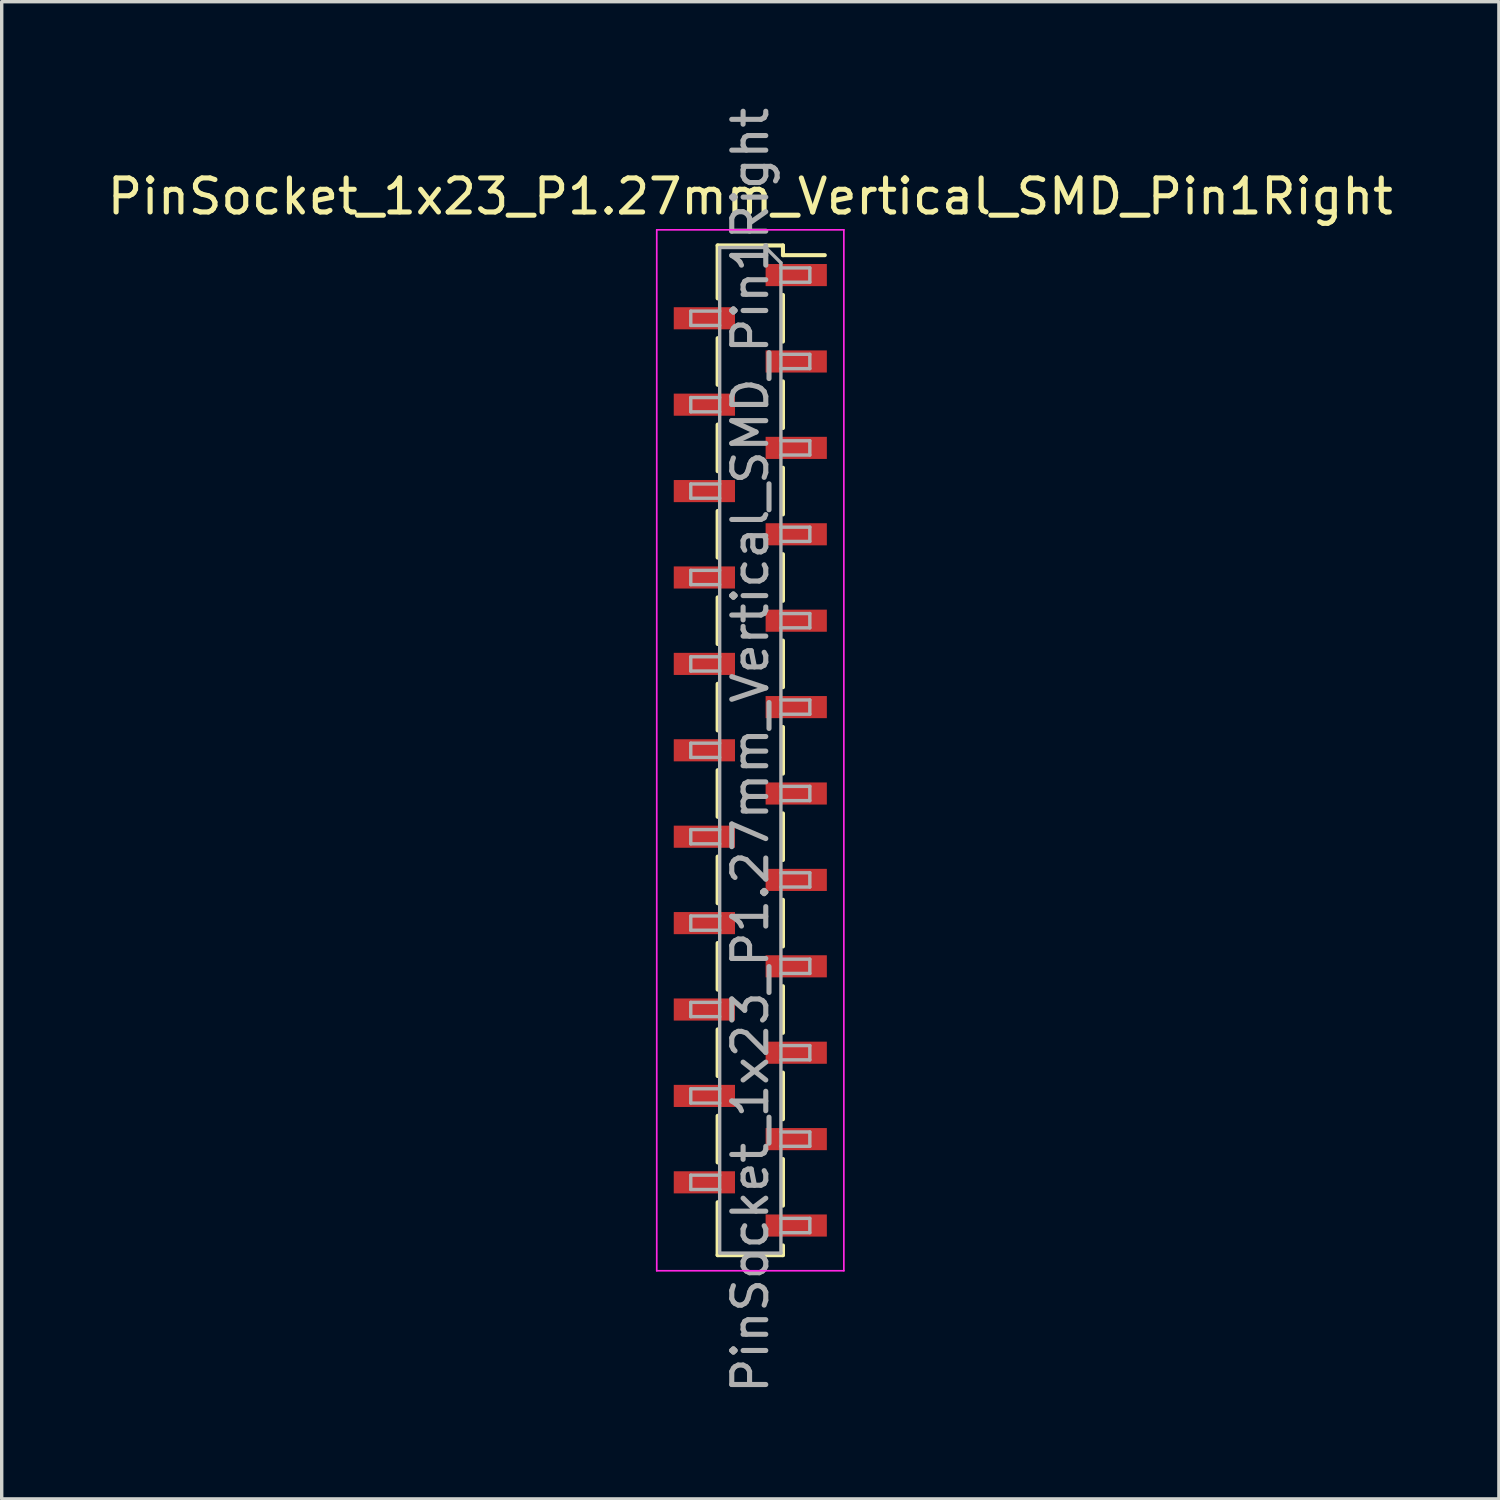
<source format=kicad_pcb>
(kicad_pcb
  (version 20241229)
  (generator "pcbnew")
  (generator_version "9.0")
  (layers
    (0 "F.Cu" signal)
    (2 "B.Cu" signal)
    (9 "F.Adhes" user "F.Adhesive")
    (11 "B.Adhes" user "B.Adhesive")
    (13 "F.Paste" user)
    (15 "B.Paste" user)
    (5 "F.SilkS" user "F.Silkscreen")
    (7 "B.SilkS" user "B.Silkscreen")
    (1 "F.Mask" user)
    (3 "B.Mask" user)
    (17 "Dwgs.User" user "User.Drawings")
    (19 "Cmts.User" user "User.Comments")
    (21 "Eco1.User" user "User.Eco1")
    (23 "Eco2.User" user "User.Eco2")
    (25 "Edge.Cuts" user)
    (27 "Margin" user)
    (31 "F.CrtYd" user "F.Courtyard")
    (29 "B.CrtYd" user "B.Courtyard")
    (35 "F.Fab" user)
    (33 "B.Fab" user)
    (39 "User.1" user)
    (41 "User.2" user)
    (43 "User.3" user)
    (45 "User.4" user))
  (footprint "PinSocket_1x23_P1.27mm_Vertical_SMD_Pin1Right"
    (layer "F.Cu")
    (at 19.006 19.006)
    (property "Reference" "PinSocket_1x23_P1.27mm_Vertical_SMD_Pin1Right" (at 0 -16.28 0) (layer "F.SilkS") (effects (font (size 1 1) (thickness 0.15))))
    (attr smd)
    (fp_line (start -0.96 -14.84) (end -0.96 -13.285) (stroke (width 0.12) (type solid)) (layer "F.SilkS"))
    (fp_line (start -0.96 -14.84) (end 0.96 -14.84) (stroke (width 0.12) (type solid)) (layer "F.SilkS"))
    (fp_line (start -0.96 -12.115) (end -0.96 -10.745) (stroke (width 0.12) (type solid)) (layer "F.SilkS"))
    (fp_line (start -0.96 -9.575) (end -0.96 -8.205) (stroke (width 0.12) (type solid)) (layer "F.SilkS"))
    (fp_line (start -0.96 -7.035) (end -0.96 -5.665) (stroke (width 0.12) (type solid)) (layer "F.SilkS"))
    (fp_line (start -0.96 -4.495) (end -0.96 -3.125) (stroke (width 0.12) (type solid)) (layer "F.SilkS"))
    (fp_line (start -0.96 -1.955) (end -0.96 -0.585) (stroke (width 0.12) (type solid)) (layer "F.SilkS"))
    (fp_line (start -0.96 0.585) (end -0.96 1.955) (stroke (width 0.12) (type solid)) (layer "F.SilkS"))
    (fp_line (start -0.96 3.125) (end -0.96 4.495) (stroke (width 0.12) (type solid)) (layer "F.SilkS"))
    (fp_line (start -0.96 5.665) (end -0.96 7.035) (stroke (width 0.12) (type solid)) (layer "F.SilkS"))
    (fp_line (start -0.96 8.205) (end -0.96 9.575) (stroke (width 0.12) (type solid)) (layer "F.SilkS"))
    (fp_line (start -0.96 10.745) (end -0.96 12.115) (stroke (width 0.12) (type solid)) (layer "F.SilkS"))
    (fp_line (start -0.96 13.285) (end -0.96 14.84) (stroke (width 0.12) (type solid)) (layer "F.SilkS"))
    (fp_line (start -0.96 14.84) (end 0.96 14.84) (stroke (width 0.12) (type solid)) (layer "F.SilkS"))
    (fp_line (start 0.96 -14.84) (end 0.96 -14.555) (stroke (width 0.12) (type solid)) (layer "F.SilkS"))
    (fp_line (start 0.96 -14.555) (end 2.19 -14.555) (stroke (width 0.12) (type solid)) (layer "F.SilkS"))
    (fp_line (start 0.96 -13.385) (end 0.96 -12.015) (stroke (width 0.12) (type solid)) (layer "F.SilkS"))
    (fp_line (start 0.96 -10.845) (end 0.96 -9.475) (stroke (width 0.12) (type solid)) (layer "F.SilkS"))
    (fp_line (start 0.96 -8.305) (end 0.96 -6.935) (stroke (width 0.12) (type solid)) (layer "F.SilkS"))
    (fp_line (start 0.96 -5.765) (end 0.96 -4.395) (stroke (width 0.12) (type solid)) (layer "F.SilkS"))
    (fp_line (start 0.96 -3.225) (end 0.96 -1.855) (stroke (width 0.12) (type solid)) (layer "F.SilkS"))
    (fp_line (start 0.96 -0.685) (end 0.96 0.685) (stroke (width 0.12) (type solid)) (layer "F.SilkS"))
    (fp_line (start 0.96 1.855) (end 0.96 3.225) (stroke (width 0.12) (type solid)) (layer "F.SilkS"))
    (fp_line (start 0.96 4.395) (end 0.96 5.765) (stroke (width 0.12) (type solid)) (layer "F.SilkS"))
    (fp_line (start 0.96 6.935) (end 0.96 8.305) (stroke (width 0.12) (type solid)) (layer "F.SilkS"))
    (fp_line (start 0.96 9.475) (end 0.96 10.845) (stroke (width 0.12) (type solid)) (layer "F.SilkS"))
    (fp_line (start 0.96 12.015) (end 0.96 13.385) (stroke (width 0.12) (type solid)) (layer "F.SilkS"))
    (fp_line (start 0.96 14.555) (end 0.96 14.84) (stroke (width 0.12) (type solid)) (layer "F.SilkS"))
    (fp_line (start -2.75 -15.3) (end 2.75 -15.3) (stroke (width 0.05) (type solid)) (layer "F.CrtYd"))
    (fp_line (start -2.75 15.3) (end -2.75 -15.3) (stroke (width 0.05) (type solid)) (layer "F.CrtYd"))
    (fp_line (start 2.75 -15.3) (end 2.75 15.3) (stroke (width 0.05) (type solid)) (layer "F.CrtYd"))
    (fp_line (start 2.75 15.3) (end -2.75 15.3) (stroke (width 0.05) (type solid)) (layer "F.CrtYd"))
    (fp_line (start -1.75 -12.91) (end -0.9 -12.91) (stroke (width 0.1) (type solid)) (layer "F.Fab"))
    (fp_line (start -1.75 -12.49) (end -1.75 -12.91) (stroke (width 0.1) (type solid)) (layer "F.Fab"))
    (fp_line (start -1.75 -10.37) (end -0.9 -10.37) (stroke (width 0.1) (type solid)) (layer "F.Fab"))
    (fp_line (start -1.75 -9.95) (end -1.75 -10.37) (stroke (width 0.1) (type solid)) (layer "F.Fab"))
    (fp_line (start -1.75 -7.83) (end -0.9 -7.83) (stroke (width 0.1) (type solid)) (layer "F.Fab"))
    (fp_line (start -1.75 -7.41) (end -1.75 -7.83) (stroke (width 0.1) (type solid)) (layer "F.Fab"))
    (fp_line (start -1.75 -5.29) (end -0.9 -5.29) (stroke (width 0.1) (type solid)) (layer "F.Fab"))
    (fp_line (start -1.75 -4.87) (end -1.75 -5.29) (stroke (width 0.1) (type solid)) (layer "F.Fab"))
    (fp_line (start -1.75 -2.75) (end -0.9 -2.75) (stroke (width 0.1) (type solid)) (layer "F.Fab"))
    (fp_line (start -1.75 -2.33) (end -1.75 -2.75) (stroke (width 0.1) (type solid)) (layer "F.Fab"))
    (fp_line (start -1.75 -0.21) (end -0.9 -0.21) (stroke (width 0.1) (type solid)) (layer "F.Fab"))
    (fp_line (start -1.75 0.21) (end -1.75 -0.21) (stroke (width 0.1) (type solid)) (layer "F.Fab"))
    (fp_line (start -1.75 2.33) (end -0.9 2.33) (stroke (width 0.1) (type solid)) (layer "F.Fab"))
    (fp_line (start -1.75 2.75) (end -1.75 2.33) (stroke (width 0.1) (type solid)) (layer "F.Fab"))
    (fp_line (start -1.75 4.87) (end -0.9 4.87) (stroke (width 0.1) (type solid)) (layer "F.Fab"))
    (fp_line (start -1.75 5.29) (end -1.75 4.87) (stroke (width 0.1) (type solid)) (layer "F.Fab"))
    (fp_line (start -1.75 7.41) (end -0.9 7.41) (stroke (width 0.1) (type solid)) (layer "F.Fab"))
    (fp_line (start -1.75 7.83) (end -1.75 7.41) (stroke (width 0.1) (type solid)) (layer "F.Fab"))
    (fp_line (start -1.75 9.95) (end -0.9 9.95) (stroke (width 0.1) (type solid)) (layer "F.Fab"))
    (fp_line (start -1.75 10.37) (end -1.75 9.95) (stroke (width 0.1) (type solid)) (layer "F.Fab"))
    (fp_line (start -1.75 12.49) (end -0.9 12.49) (stroke (width 0.1) (type solid)) (layer "F.Fab"))
    (fp_line (start -1.75 12.91) (end -1.75 12.49) (stroke (width 0.1) (type solid)) (layer "F.Fab"))
    (fp_line (start -0.9 -14.78) (end 0.45 -14.78) (stroke (width 0.1) (type solid)) (layer "F.Fab"))
    (fp_line (start -0.9 -12.49) (end -1.75 -12.49) (stroke (width 0.1) (type solid)) (layer "F.Fab"))
    (fp_line (start -0.9 -9.95) (end -1.75 -9.95) (stroke (width 0.1) (type solid)) (layer "F.Fab"))
    (fp_line (start -0.9 -7.41) (end -1.75 -7.41) (stroke (width 0.1) (type solid)) (layer "F.Fab"))
    (fp_line (start -0.9 -4.87) (end -1.75 -4.87) (stroke (width 0.1) (type solid)) (layer "F.Fab"))
    (fp_line (start -0.9 -2.33) (end -1.75 -2.33) (stroke (width 0.1) (type solid)) (layer "F.Fab"))
    (fp_line (start -0.9 0.21) (end -1.75 0.21) (stroke (width 0.1) (type solid)) (layer "F.Fab"))
    (fp_line (start -0.9 2.75) (end -1.75 2.75) (stroke (width 0.1) (type solid)) (layer "F.Fab"))
    (fp_line (start -0.9 5.29) (end -1.75 5.29) (stroke (width 0.1) (type solid)) (layer "F.Fab"))
    (fp_line (start -0.9 7.83) (end -1.75 7.83) (stroke (width 0.1) (type solid)) (layer "F.Fab"))
    (fp_line (start -0.9 10.37) (end -1.75 10.37) (stroke (width 0.1) (type solid)) (layer "F.Fab"))
    (fp_line (start -0.9 12.91) (end -1.75 12.91) (stroke (width 0.1) (type solid)) (layer "F.Fab"))
    (fp_line (start -0.9 14.78) (end -0.9 -14.78) (stroke (width 0.1) (type solid)) (layer "F.Fab"))
    (fp_line (start 0.45 -14.78) (end 0.9 -14.33) (stroke (width 0.1) (type solid)) (layer "F.Fab"))
    (fp_line (start 0.9 -14.33) (end 0.9 14.78) (stroke (width 0.1) (type solid)) (layer "F.Fab"))
    (fp_line (start 0.9 -14.18) (end 1.75 -14.18) (stroke (width 0.1) (type solid)) (layer "F.Fab"))
    (fp_line (start 0.9 -11.64) (end 1.75 -11.64) (stroke (width 0.1) (type solid)) (layer "F.Fab"))
    (fp_line (start 0.9 -9.1) (end 1.75 -9.1) (stroke (width 0.1) (type solid)) (layer "F.Fab"))
    (fp_line (start 0.9 -6.56) (end 1.75 -6.56) (stroke (width 0.1) (type solid)) (layer "F.Fab"))
    (fp_line (start 0.9 -4.02) (end 1.75 -4.02) (stroke (width 0.1) (type solid)) (layer "F.Fab"))
    (fp_line (start 0.9 -1.48) (end 1.75 -1.48) (stroke (width 0.1) (type solid)) (layer "F.Fab"))
    (fp_line (start 0.9 1.06) (end 1.75 1.06) (stroke (width 0.1) (type solid)) (layer "F.Fab"))
    (fp_line (start 0.9 3.6) (end 1.75 3.6) (stroke (width 0.1) (type solid)) (layer "F.Fab"))
    (fp_line (start 0.9 6.14) (end 1.75 6.14) (stroke (width 0.1) (type solid)) (layer "F.Fab"))
    (fp_line (start 0.9 8.68) (end 1.75 8.68) (stroke (width 0.1) (type solid)) (layer "F.Fab"))
    (fp_line (start 0.9 11.22) (end 1.75 11.22) (stroke (width 0.1) (type solid)) (layer "F.Fab"))
    (fp_line (start 0.9 13.76) (end 1.75 13.76) (stroke (width 0.1) (type solid)) (layer "F.Fab"))
    (fp_line (start 0.9 14.78) (end -0.9 14.78) (stroke (width 0.1) (type solid)) (layer "F.Fab"))
    (fp_line (start 1.75 -14.18) (end 1.75 -13.76) (stroke (width 0.1) (type solid)) (layer "F.Fab"))
    (fp_line (start 1.75 -13.76) (end 0.9 -13.76) (stroke (width 0.1) (type solid)) (layer "F.Fab"))
    (fp_line (start 1.75 -11.64) (end 1.75 -11.22) (stroke (width 0.1) (type solid)) (layer "F.Fab"))
    (fp_line (start 1.75 -11.22) (end 0.9 -11.22) (stroke (width 0.1) (type solid)) (layer "F.Fab"))
    (fp_line (start 1.75 -9.1) (end 1.75 -8.68) (stroke (width 0.1) (type solid)) (layer "F.Fab"))
    (fp_line (start 1.75 -8.68) (end 0.9 -8.68) (stroke (width 0.1) (type solid)) (layer "F.Fab"))
    (fp_line (start 1.75 -6.56) (end 1.75 -6.14) (stroke (width 0.1) (type solid)) (layer "F.Fab"))
    (fp_line (start 1.75 -6.14) (end 0.9 -6.14) (stroke (width 0.1) (type solid)) (layer "F.Fab"))
    (fp_line (start 1.75 -4.02) (end 1.75 -3.6) (stroke (width 0.1) (type solid)) (layer "F.Fab"))
    (fp_line (start 1.75 -3.6) (end 0.9 -3.6) (stroke (width 0.1) (type solid)) (layer "F.Fab"))
    (fp_line (start 1.75 -1.48) (end 1.75 -1.06) (stroke (width 0.1) (type solid)) (layer "F.Fab"))
    (fp_line (start 1.75 -1.06) (end 0.9 -1.06) (stroke (width 0.1) (type solid)) (layer "F.Fab"))
    (fp_line (start 1.75 1.06) (end 1.75 1.48) (stroke (width 0.1) (type solid)) (layer "F.Fab"))
    (fp_line (start 1.75 1.48) (end 0.9 1.48) (stroke (width 0.1) (type solid)) (layer "F.Fab"))
    (fp_line (start 1.75 3.6) (end 1.75 4.02) (stroke (width 0.1) (type solid)) (layer "F.Fab"))
    (fp_line (start 1.75 4.02) (end 0.9 4.02) (stroke (width 0.1) (type solid)) (layer "F.Fab"))
    (fp_line (start 1.75 6.14) (end 1.75 6.56) (stroke (width 0.1) (type solid)) (layer "F.Fab"))
    (fp_line (start 1.75 6.56) (end 0.9 6.56) (stroke (width 0.1) (type solid)) (layer "F.Fab"))
    (fp_line (start 1.75 8.68) (end 1.75 9.1) (stroke (width 0.1) (type solid)) (layer "F.Fab"))
    (fp_line (start 1.75 9.1) (end 0.9 9.1) (stroke (width 0.1) (type solid)) (layer "F.Fab"))
    (fp_line (start 1.75 11.22) (end 1.75 11.64) (stroke (width 0.1) (type solid)) (layer "F.Fab"))
    (fp_line (start 1.75 11.64) (end 0.9 11.64) (stroke (width 0.1) (type solid)) (layer "F.Fab"))
    (fp_line (start 1.75 13.76) (end 1.75 14.18) (stroke (width 0.1) (type solid)) (layer "F.Fab"))
    (fp_line (start 1.75 14.18) (end 0.9 14.18) (stroke (width 0.1) (type solid)) (layer "F.Fab"))
    (fp_text user "${REFERENCE}" (at 0 0 90) (layer "F.Fab") (effects (font (size 1 1) (thickness 0.15))))
    (pad "1" smd rect (at 1.35 -13.97) (size 1.8 0.65) (layers "F.Cu" "F.Mask" "F.Paste"))
    (pad "2" smd rect (at -1.35 -12.7) (size 1.8 0.65) (layers "F.Cu" "F.Mask" "F.Paste"))
    (pad "3" smd rect (at 1.35 -11.43) (size 1.8 0.65) (layers "F.Cu" "F.Mask" "F.Paste"))
    (pad "4" smd rect (at -1.35 -10.16) (size 1.8 0.65) (layers "F.Cu" "F.Mask" "F.Paste"))
    (pad "5" smd rect (at 1.35 -8.89) (size 1.8 0.65) (layers "F.Cu" "F.Mask" "F.Paste"))
    (pad "6" smd rect (at -1.35 -7.62) (size 1.8 0.65) (layers "F.Cu" "F.Mask" "F.Paste"))
    (pad "7" smd rect (at 1.35 -6.35) (size 1.8 0.65) (layers "F.Cu" "F.Mask" "F.Paste"))
    (pad "8" smd rect (at -1.35 -5.08) (size 1.8 0.65) (layers "F.Cu" "F.Mask" "F.Paste"))
    (pad "9" smd rect (at 1.35 -3.81) (size 1.8 0.65) (layers "F.Cu" "F.Mask" "F.Paste"))
    (pad "10" smd rect (at -1.35 -2.54) (size 1.8 0.65) (layers "F.Cu" "F.Mask" "F.Paste"))
    (pad "11" smd rect (at 1.35 -1.27) (size 1.8 0.65) (layers "F.Cu" "F.Mask" "F.Paste"))
    (pad "12" smd rect (at -1.35 0) (size 1.8 0.65) (layers "F.Cu" "F.Mask" "F.Paste"))
    (pad "13" smd rect (at 1.35 1.27) (size 1.8 0.65) (layers "F.Cu" "F.Mask" "F.Paste"))
    (pad "14" smd rect (at -1.35 2.54) (size 1.8 0.65) (layers "F.Cu" "F.Mask" "F.Paste"))
    (pad "15" smd rect (at 1.35 3.81) (size 1.8 0.65) (layers "F.Cu" "F.Mask" "F.Paste"))
    (pad "16" smd rect (at -1.35 5.08) (size 1.8 0.65) (layers "F.Cu" "F.Mask" "F.Paste"))
    (pad "17" smd rect (at 1.35 6.35) (size 1.8 0.65) (layers "F.Cu" "F.Mask" "F.Paste"))
    (pad "18" smd rect (at -1.35 7.62) (size 1.8 0.65) (layers "F.Cu" "F.Mask" "F.Paste"))
    (pad "19" smd rect (at 1.35 8.89) (size 1.8 0.65) (layers "F.Cu" "F.Mask" "F.Paste"))
    (pad "20" smd rect (at -1.35 10.16) (size 1.8 0.65) (layers "F.Cu" "F.Mask" "F.Paste"))
    (pad "21" smd rect (at 1.35 11.43) (size 1.8 0.65) (layers "F.Cu" "F.Mask" "F.Paste"))
    (pad "22" smd rect (at -1.35 12.7) (size 1.8 0.65) (layers "F.Cu" "F.Mask" "F.Paste"))
    (pad "23" smd rect (at 1.35 13.97) (size 1.8 0.65) (layers "F.Cu" "F.Mask" "F.Paste")))
  (gr_rect
    (start -3 -3)
    (end 41.012 41.012)
    (stroke (width 0.1) (type default))
    (fill no)
    (layer "Edge.Cuts")))
</source>
